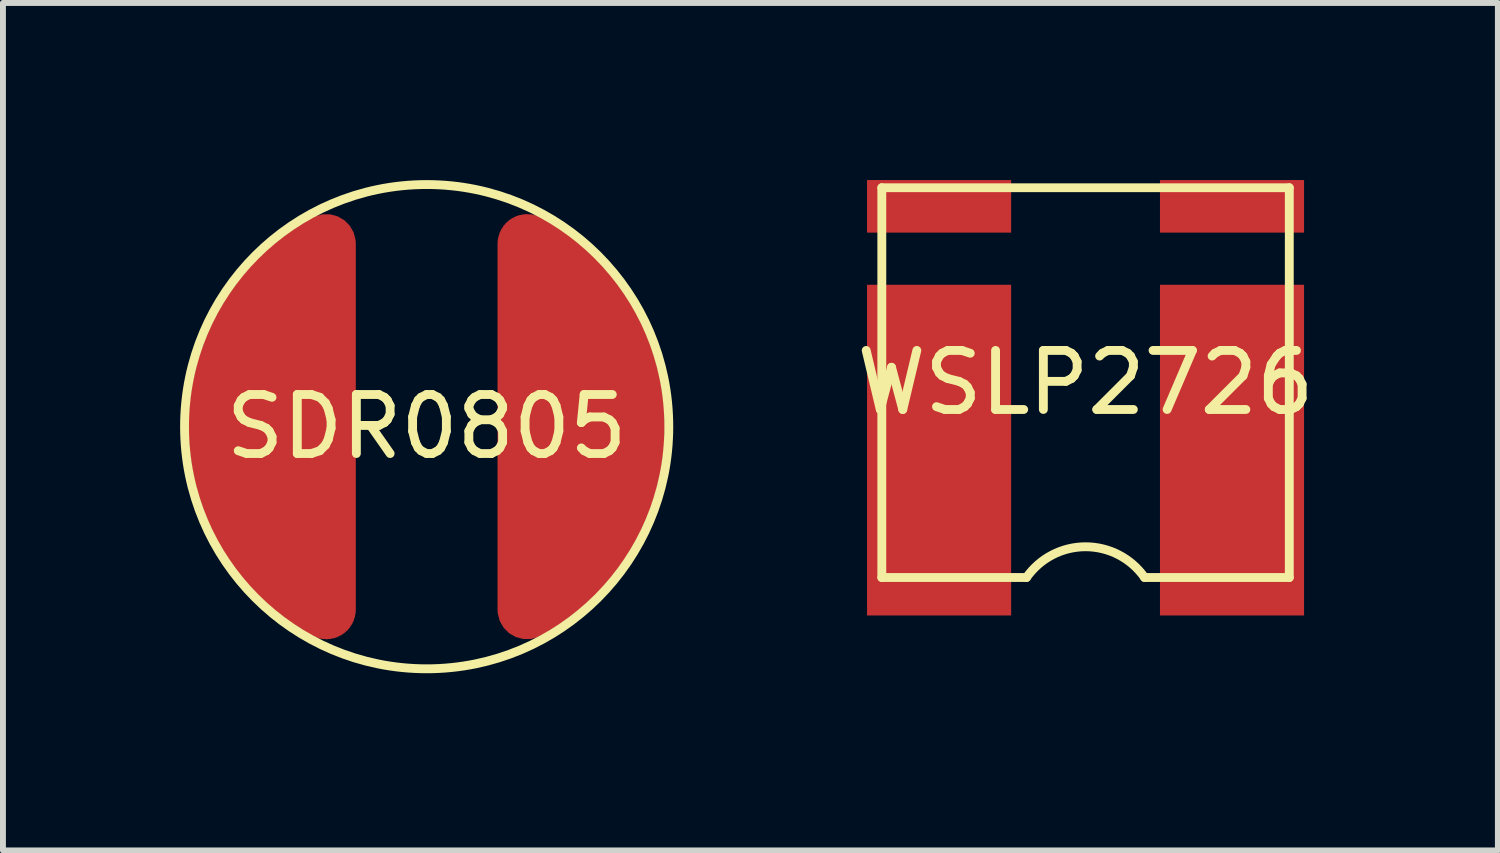
<source format=kicad_pcb>
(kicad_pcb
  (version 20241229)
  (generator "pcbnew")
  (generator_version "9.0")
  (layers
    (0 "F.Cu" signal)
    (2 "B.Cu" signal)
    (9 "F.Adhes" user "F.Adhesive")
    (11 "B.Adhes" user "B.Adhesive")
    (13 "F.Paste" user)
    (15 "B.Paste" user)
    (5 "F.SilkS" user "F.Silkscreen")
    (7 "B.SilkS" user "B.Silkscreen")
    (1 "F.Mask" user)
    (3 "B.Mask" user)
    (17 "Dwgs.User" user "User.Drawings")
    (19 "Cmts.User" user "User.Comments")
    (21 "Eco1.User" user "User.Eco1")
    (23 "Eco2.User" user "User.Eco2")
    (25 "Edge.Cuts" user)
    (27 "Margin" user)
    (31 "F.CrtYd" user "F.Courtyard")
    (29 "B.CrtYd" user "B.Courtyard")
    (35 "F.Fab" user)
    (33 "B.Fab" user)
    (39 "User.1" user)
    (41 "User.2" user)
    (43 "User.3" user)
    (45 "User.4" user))
  (footprint "WSLP2726"
    (layer "F.Cu")
    (at 15.332 3.429)
    (property "Reference" "WSLP2726" (at 0 0 180) (layer "F.SilkS") (effects (font (size 1 1) (thickness 0.15))))
    (attr through_hole)
    (fp_line (start -3.45 -3.3) (end -3.45 3.3) (stroke (width 0.15) (type solid)) (layer "F.SilkS"))
    (fp_line (start -3.45 3.3) (end -1 3.3) (stroke (width 0.15) (type solid)) (layer "F.SilkS"))
    (fp_line (start 1 3.3) (end 3.45 3.3) (stroke (width 0.15) (type solid)) (layer "F.SilkS"))
    (fp_line (start 3.45 -3.3) (end -3.45 -3.3) (stroke (width 0.15) (type solid)) (layer "F.SilkS"))
    (fp_line (start 3.45 3.3) (end 3.45 -3.3) (stroke (width 0.15) (type solid)) (layer "F.SilkS"))
    (fp_arc (start -0.999999 3.300001) (mid 0 2.779346) (end 0.999999 3.300001) (stroke (width 0.15) (type solid)) (layer "F.SilkS"))
    (pad "1" smd rect (at -2.48 1.143) (size 2.44 5.6) (layers "F.Cu" "F.Mask" "F.Paste"))
    (pad "2" smd rect (at -2.48 -2.985) (size 2.44 0.89) (layers "F.Cu" "F.Mask" "F.Paste"))
    (pad "3" smd rect (at 2.48 -2.985) (size 2.44 0.89) (layers "F.Cu" "F.Mask" "F.Paste"))
    (pad "4" smd rect (at 2.48 1.143) (size 2.44 5.6) (layers "F.Cu" "F.Mask" "F.Paste")))
  (footprint "SDR0805"
    (layer "F.Cu")
    (at 4.175 4.175)
    (property "Reference" "SDR0805" (at 0 0 0) (layer "F.SilkS") (effects (font (size 1 1) (thickness 0.15))))
    (attr through_hole)
    (fp_circle (center 0 0) (end 4.1 0) (stroke (width 0.15) (type solid)) (fill no) (layer "F.SilkS"))
    (pad "1" smd custom (at -2.2 0) (size 1.8 4.8) (layers "F.Cu" "F.Mask" "F.Paste") (options (anchor rect)) (primitives (gr_arc (start 0.5 3.1) (mid -1.335497 0.016056) (end 0.471914 -3.084431) (width 1)) (gr_line (start 0.5 3.1) (end 0.5 -3.1) (width 1))))
    (pad "2" smd custom (at 2.2 0 180) (size 1.8 4.8) (layers "F.Cu" "F.Mask" "F.Paste") (options (anchor rect)) (primitives (gr_arc (start 0.5 3.1) (mid -1.335497 0.016056) (end 0.471914 -3.084431) (width 1)) (gr_line (start 0.5 3.1) (end 0.5 -3.1) (width 1)))))
  (gr_rect
    (start -3 -3)
    (end 22.314 11.35)
    (stroke (width 0.1) (type default))
    (fill no)
    (layer "Edge.Cuts")))
</source>
